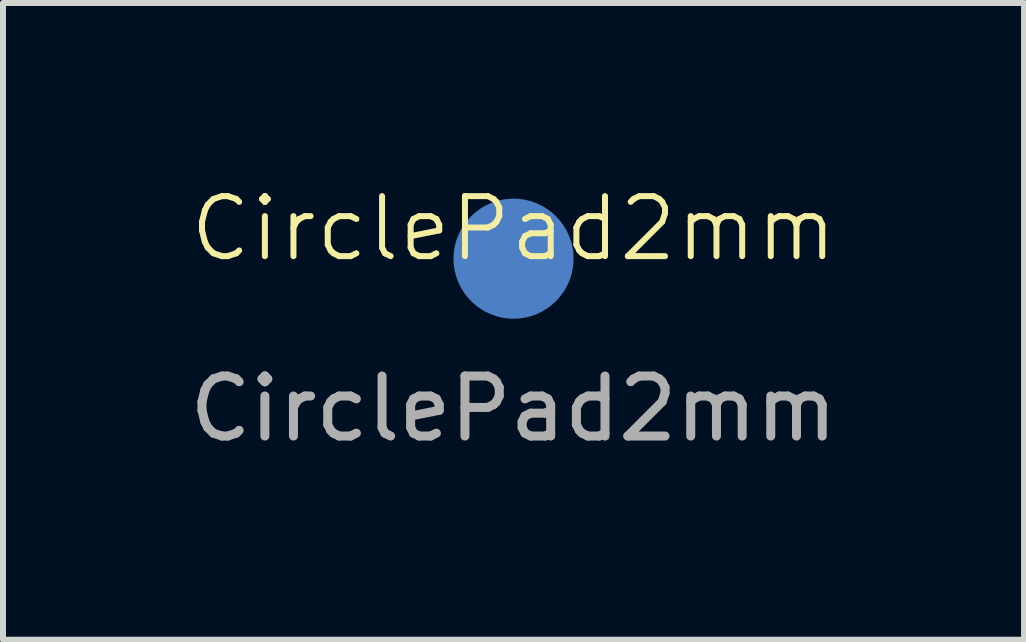
<source format=kicad_pcb>
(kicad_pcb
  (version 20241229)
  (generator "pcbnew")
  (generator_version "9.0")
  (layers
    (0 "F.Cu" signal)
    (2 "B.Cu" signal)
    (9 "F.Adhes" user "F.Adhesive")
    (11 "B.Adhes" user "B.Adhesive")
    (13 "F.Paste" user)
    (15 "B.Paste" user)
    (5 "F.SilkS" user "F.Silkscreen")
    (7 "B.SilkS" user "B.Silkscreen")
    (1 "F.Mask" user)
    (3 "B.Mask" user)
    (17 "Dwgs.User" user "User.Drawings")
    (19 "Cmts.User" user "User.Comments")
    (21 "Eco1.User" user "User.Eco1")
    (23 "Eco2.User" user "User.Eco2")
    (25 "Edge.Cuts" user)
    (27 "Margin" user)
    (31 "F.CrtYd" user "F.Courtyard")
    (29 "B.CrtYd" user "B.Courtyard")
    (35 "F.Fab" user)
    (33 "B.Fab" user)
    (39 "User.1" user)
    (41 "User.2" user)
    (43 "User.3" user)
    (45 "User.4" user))
  (footprint "CirclePad2mm"
    (layer "F.Cu")
    (at 5.506 1.26)
    (property "Reference" "CirclePad2mm" (at 0 -0.5 0) (unlocked yes) (layer "F.SilkS") (effects (font (size 1 1) (thickness 0.1))))
    (attr smd)
    (fp_text user "CirclePad2mm" (at 0 2.5 0) (unlocked yes) (layer "F.Fab") (effects (font (size 1 1) (thickness 0.15))))
    (pad "1" smd circle (at 0 0) (size 2 2) (layers "B.Cu" "B.Mask" "B.Paste")))
  (gr_rect
    (start -3 -3)
    (end 14.012 7.609)
    (stroke (width 0.1) (type default))
    (fill no)
    (layer "Edge.Cuts")))
</source>
